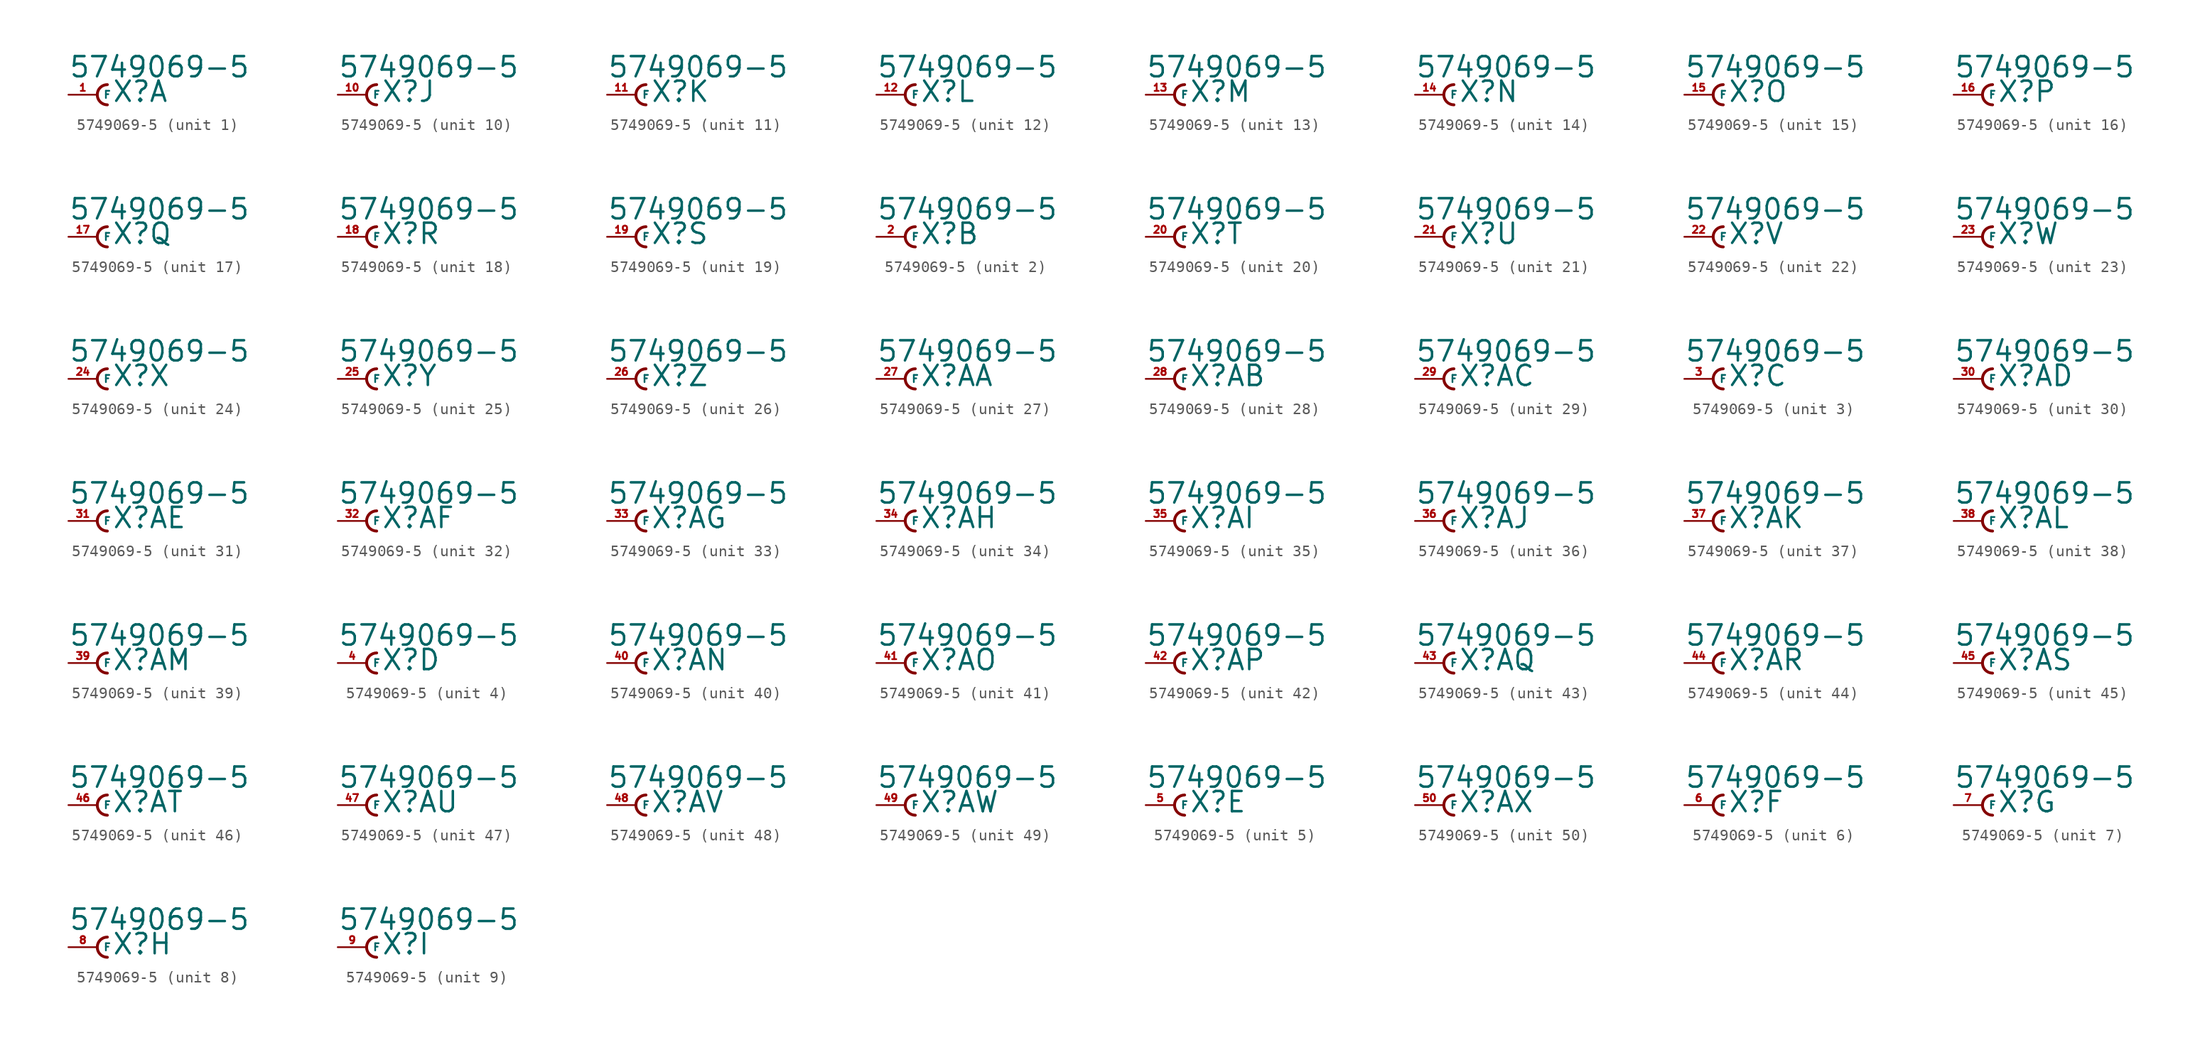
<source format=kicad_sym>
(kicad_symbol_lib
  (version 20220914)
  (generator Eagle2Kicad)
  (symbol "5749069-5"
    (property "Reference" "X"
      (at 1.27 -0.762 0)
      (effects (font (size 1.778 1.778) (thickness 0.22)) (justify left bottom)))
    (property "Value" "5749069-5"
      (at -2.54 1.397 0)
      (effects (font (size 1.778 1.778) (thickness 0.22)) (justify left bottom)))
    (symbol "5749069-5_1_0"
      (arc (start 0.889 0.889) (mid 0.000 0.000) (end 0.889 -0.889) (stroke (width 0.254) (type default)) (fill (type none)))
      (pin passive line (at -2.54 0 0) (length 2.54) (name "F" (effects (font (size 0.635 0.635) (thickness 0.08)) (justify left bottom))) (number "1" (effects (font (size 0.635 0.635) (thickness 0.08)) (justify left bottom)))))
    (symbol "5749069-5_2_0"
      (arc (start 0.889 0.889) (mid 0.000 0.000) (end 0.889 -0.889) (stroke (width 0.254) (type default)) (fill (type none)))
      (pin passive line (at -2.54 0 0) (length 2.54) (name "F" (effects (font (size 0.635 0.635) (thickness 0.08)) (justify left bottom))) (number "2" (effects (font (size 0.635 0.635) (thickness 0.08)) (justify left bottom)))))
    (symbol "5749069-5_3_0"
      (arc (start 0.889 0.889) (mid 0.000 0.000) (end 0.889 -0.889) (stroke (width 0.254) (type default)) (fill (type none)))
      (pin passive line (at -2.54 0 0) (length 2.54) (name "F" (effects (font (size 0.635 0.635) (thickness 0.08)) (justify left bottom))) (number "3" (effects (font (size 0.635 0.635) (thickness 0.08)) (justify left bottom)))))
    (symbol "5749069-5_4_0"
      (arc (start 0.889 0.889) (mid 0.000 0.000) (end 0.889 -0.889) (stroke (width 0.254) (type default)) (fill (type none)))
      (pin passive line (at -2.54 0 0) (length 2.54) (name "F" (effects (font (size 0.635 0.635) (thickness 0.08)) (justify left bottom))) (number "4" (effects (font (size 0.635 0.635) (thickness 0.08)) (justify left bottom)))))
    (symbol "5749069-5_5_0"
      (arc (start 0.889 0.889) (mid 0.000 0.000) (end 0.889 -0.889) (stroke (width 0.254) (type default)) (fill (type none)))
      (pin passive line (at -2.54 0 0) (length 2.54) (name "F" (effects (font (size 0.635 0.635) (thickness 0.08)) (justify left bottom))) (number "5" (effects (font (size 0.635 0.635) (thickness 0.08)) (justify left bottom)))))
    (symbol "5749069-5_6_0"
      (arc (start 0.889 0.889) (mid 0.000 0.000) (end 0.889 -0.889) (stroke (width 0.254) (type default)) (fill (type none)))
      (pin passive line (at -2.54 0 0) (length 2.54) (name "F" (effects (font (size 0.635 0.635) (thickness 0.08)) (justify left bottom))) (number "6" (effects (font (size 0.635 0.635) (thickness 0.08)) (justify left bottom)))))
    (symbol "5749069-5_7_0"
      (arc (start 0.889 0.889) (mid 0.000 0.000) (end 0.889 -0.889) (stroke (width 0.254) (type default)) (fill (type none)))
      (pin passive line (at -2.54 0 0) (length 2.54) (name "F" (effects (font (size 0.635 0.635) (thickness 0.08)) (justify left bottom))) (number "7" (effects (font (size 0.635 0.635) (thickness 0.08)) (justify left bottom)))))
    (symbol "5749069-5_8_0"
      (arc (start 0.889 0.889) (mid 0.000 0.000) (end 0.889 -0.889) (stroke (width 0.254) (type default)) (fill (type none)))
      (pin passive line (at -2.54 0 0) (length 2.54) (name "F" (effects (font (size 0.635 0.635) (thickness 0.08)) (justify left bottom))) (number "8" (effects (font (size 0.635 0.635) (thickness 0.08)) (justify left bottom)))))
    (symbol "5749069-5_9_0"
      (arc (start 0.889 0.889) (mid 0.000 0.000) (end 0.889 -0.889) (stroke (width 0.254) (type default)) (fill (type none)))
      (pin passive line (at -2.54 0 0) (length 2.54) (name "F" (effects (font (size 0.635 0.635) (thickness 0.08)) (justify left bottom))) (number "9" (effects (font (size 0.635 0.635) (thickness 0.08)) (justify left bottom)))))
    (symbol "5749069-5_10_0"
      (arc (start 0.889 0.889) (mid 0.000 0.000) (end 0.889 -0.889) (stroke (width 0.254) (type default)) (fill (type none)))
      (pin passive line (at -2.54 0 0) (length 2.54) (name "F" (effects (font (size 0.635 0.635) (thickness 0.08)) (justify left bottom))) (number "10" (effects (font (size 0.635 0.635) (thickness 0.08)) (justify left bottom)))))
    (symbol "5749069-5_11_0"
      (arc (start 0.889 0.889) (mid 0.000 0.000) (end 0.889 -0.889) (stroke (width 0.254) (type default)) (fill (type none)))
      (pin passive line (at -2.54 0 0) (length 2.54) (name "F" (effects (font (size 0.635 0.635) (thickness 0.08)) (justify left bottom))) (number "11" (effects (font (size 0.635 0.635) (thickness 0.08)) (justify left bottom)))))
    (symbol "5749069-5_12_0"
      (arc (start 0.889 0.889) (mid 0.000 0.000) (end 0.889 -0.889) (stroke (width 0.254) (type default)) (fill (type none)))
      (pin passive line (at -2.54 0 0) (length 2.54) (name "F" (effects (font (size 0.635 0.635) (thickness 0.08)) (justify left bottom))) (number "12" (effects (font (size 0.635 0.635) (thickness 0.08)) (justify left bottom)))))
    (symbol "5749069-5_13_0"
      (arc (start 0.889 0.889) (mid 0.000 0.000) (end 0.889 -0.889) (stroke (width 0.254) (type default)) (fill (type none)))
      (pin passive line (at -2.54 0 0) (length 2.54) (name "F" (effects (font (size 0.635 0.635) (thickness 0.08)) (justify left bottom))) (number "13" (effects (font (size 0.635 0.635) (thickness 0.08)) (justify left bottom)))))
    (symbol "5749069-5_14_0"
      (arc (start 0.889 0.889) (mid 0.000 0.000) (end 0.889 -0.889) (stroke (width 0.254) (type default)) (fill (type none)))
      (pin passive line (at -2.54 0 0) (length 2.54) (name "F" (effects (font (size 0.635 0.635) (thickness 0.08)) (justify left bottom))) (number "14" (effects (font (size 0.635 0.635) (thickness 0.08)) (justify left bottom)))))
    (symbol "5749069-5_15_0"
      (arc (start 0.889 0.889) (mid 0.000 0.000) (end 0.889 -0.889) (stroke (width 0.254) (type default)) (fill (type none)))
      (pin passive line (at -2.54 0 0) (length 2.54) (name "F" (effects (font (size 0.635 0.635) (thickness 0.08)) (justify left bottom))) (number "15" (effects (font (size 0.635 0.635) (thickness 0.08)) (justify left bottom)))))
    (symbol "5749069-5_16_0"
      (arc (start 0.889 0.889) (mid 0.000 0.000) (end 0.889 -0.889) (stroke (width 0.254) (type default)) (fill (type none)))
      (pin passive line (at -2.54 0 0) (length 2.54) (name "F" (effects (font (size 0.635 0.635) (thickness 0.08)) (justify left bottom))) (number "16" (effects (font (size 0.635 0.635) (thickness 0.08)) (justify left bottom)))))
    (symbol "5749069-5_17_0"
      (arc (start 0.889 0.889) (mid 0.000 0.000) (end 0.889 -0.889) (stroke (width 0.254) (type default)) (fill (type none)))
      (pin passive line (at -2.54 0 0) (length 2.54) (name "F" (effects (font (size 0.635 0.635) (thickness 0.08)) (justify left bottom))) (number "17" (effects (font (size 0.635 0.635) (thickness 0.08)) (justify left bottom)))))
    (symbol "5749069-5_18_0"
      (arc (start 0.889 0.889) (mid 0.000 0.000) (end 0.889 -0.889) (stroke (width 0.254) (type default)) (fill (type none)))
      (pin passive line (at -2.54 0 0) (length 2.54) (name "F" (effects (font (size 0.635 0.635) (thickness 0.08)) (justify left bottom))) (number "18" (effects (font (size 0.635 0.635) (thickness 0.08)) (justify left bottom)))))
    (symbol "5749069-5_19_0"
      (arc (start 0.889 0.889) (mid 0.000 0.000) (end 0.889 -0.889) (stroke (width 0.254) (type default)) (fill (type none)))
      (pin passive line (at -2.54 0 0) (length 2.54) (name "F" (effects (font (size 0.635 0.635) (thickness 0.08)) (justify left bottom))) (number "19" (effects (font (size 0.635 0.635) (thickness 0.08)) (justify left bottom)))))
    (symbol "5749069-5_20_0"
      (arc (start 0.889 0.889) (mid 0.000 0.000) (end 0.889 -0.889) (stroke (width 0.254) (type default)) (fill (type none)))
      (pin passive line (at -2.54 0 0) (length 2.54) (name "F" (effects (font (size 0.635 0.635) (thickness 0.08)) (justify left bottom))) (number "20" (effects (font (size 0.635 0.635) (thickness 0.08)) (justify left bottom)))))
    (symbol "5749069-5_21_0"
      (arc (start 0.889 0.889) (mid 0.000 0.000) (end 0.889 -0.889) (stroke (width 0.254) (type default)) (fill (type none)))
      (pin passive line (at -2.54 0 0) (length 2.54) (name "F" (effects (font (size 0.635 0.635) (thickness 0.08)) (justify left bottom))) (number "21" (effects (font (size 0.635 0.635) (thickness 0.08)) (justify left bottom)))))
    (symbol "5749069-5_22_0"
      (arc (start 0.889 0.889) (mid 0.000 0.000) (end 0.889 -0.889) (stroke (width 0.254) (type default)) (fill (type none)))
      (pin passive line (at -2.54 0 0) (length 2.54) (name "F" (effects (font (size 0.635 0.635) (thickness 0.08)) (justify left bottom))) (number "22" (effects (font (size 0.635 0.635) (thickness 0.08)) (justify left bottom)))))
    (symbol "5749069-5_23_0"
      (arc (start 0.889 0.889) (mid 0.000 0.000) (end 0.889 -0.889) (stroke (width 0.254) (type default)) (fill (type none)))
      (pin passive line (at -2.54 0 0) (length 2.54) (name "F" (effects (font (size 0.635 0.635) (thickness 0.08)) (justify left bottom))) (number "23" (effects (font (size 0.635 0.635) (thickness 0.08)) (justify left bottom)))))
    (symbol "5749069-5_24_0"
      (arc (start 0.889 0.889) (mid 0.000 0.000) (end 0.889 -0.889) (stroke (width 0.254) (type default)) (fill (type none)))
      (pin passive line (at -2.54 0 0) (length 2.54) (name "F" (effects (font (size 0.635 0.635) (thickness 0.08)) (justify left bottom))) (number "24" (effects (font (size 0.635 0.635) (thickness 0.08)) (justify left bottom)))))
    (symbol "5749069-5_25_0"
      (arc (start 0.889 0.889) (mid 0.000 0.000) (end 0.889 -0.889) (stroke (width 0.254) (type default)) (fill (type none)))
      (pin passive line (at -2.54 0 0) (length 2.54) (name "F" (effects (font (size 0.635 0.635) (thickness 0.08)) (justify left bottom))) (number "25" (effects (font (size 0.635 0.635) (thickness 0.08)) (justify left bottom)))))
    (symbol "5749069-5_26_0"
      (arc (start 0.889 0.889) (mid 0.000 0.000) (end 0.889 -0.889) (stroke (width 0.254) (type default)) (fill (type none)))
      (pin passive line (at -2.54 0 0) (length 2.54) (name "F" (effects (font (size 0.635 0.635) (thickness 0.08)) (justify left bottom))) (number "26" (effects (font (size 0.635 0.635) (thickness 0.08)) (justify left bottom)))))
    (symbol "5749069-5_27_0"
      (arc (start 0.889 0.889) (mid 0.000 0.000) (end 0.889 -0.889) (stroke (width 0.254) (type default)) (fill (type none)))
      (pin passive line (at -2.54 0 0) (length 2.54) (name "F" (effects (font (size 0.635 0.635) (thickness 0.08)) (justify left bottom))) (number "27" (effects (font (size 0.635 0.635) (thickness 0.08)) (justify left bottom)))))
    (symbol "5749069-5_28_0"
      (arc (start 0.889 0.889) (mid 0.000 0.000) (end 0.889 -0.889) (stroke (width 0.254) (type default)) (fill (type none)))
      (pin passive line (at -2.54 0 0) (length 2.54) (name "F" (effects (font (size 0.635 0.635) (thickness 0.08)) (justify left bottom))) (number "28" (effects (font (size 0.635 0.635) (thickness 0.08)) (justify left bottom)))))
    (symbol "5749069-5_29_0"
      (arc (start 0.889 0.889) (mid 0.000 0.000) (end 0.889 -0.889) (stroke (width 0.254) (type default)) (fill (type none)))
      (pin passive line (at -2.54 0 0) (length 2.54) (name "F" (effects (font (size 0.635 0.635) (thickness 0.08)) (justify left bottom))) (number "29" (effects (font (size 0.635 0.635) (thickness 0.08)) (justify left bottom)))))
    (symbol "5749069-5_30_0"
      (arc (start 0.889 0.889) (mid 0.000 0.000) (end 0.889 -0.889) (stroke (width 0.254) (type default)) (fill (type none)))
      (pin passive line (at -2.54 0 0) (length 2.54) (name "F" (effects (font (size 0.635 0.635) (thickness 0.08)) (justify left bottom))) (number "30" (effects (font (size 0.635 0.635) (thickness 0.08)) (justify left bottom)))))
    (symbol "5749069-5_31_0"
      (arc (start 0.889 0.889) (mid 0.000 0.000) (end 0.889 -0.889) (stroke (width 0.254) (type default)) (fill (type none)))
      (pin passive line (at -2.54 0 0) (length 2.54) (name "F" (effects (font (size 0.635 0.635) (thickness 0.08)) (justify left bottom))) (number "31" (effects (font (size 0.635 0.635) (thickness 0.08)) (justify left bottom)))))
    (symbol "5749069-5_32_0"
      (arc (start 0.889 0.889) (mid 0.000 0.000) (end 0.889 -0.889) (stroke (width 0.254) (type default)) (fill (type none)))
      (pin passive line (at -2.54 0 0) (length 2.54) (name "F" (effects (font (size 0.635 0.635) (thickness 0.08)) (justify left bottom))) (number "32" (effects (font (size 0.635 0.635) (thickness 0.08)) (justify left bottom)))))
    (symbol "5749069-5_33_0"
      (arc (start 0.889 0.889) (mid 0.000 0.000) (end 0.889 -0.889) (stroke (width 0.254) (type default)) (fill (type none)))
      (pin passive line (at -2.54 0 0) (length 2.54) (name "F" (effects (font (size 0.635 0.635) (thickness 0.08)) (justify left bottom))) (number "33" (effects (font (size 0.635 0.635) (thickness 0.08)) (justify left bottom)))))
    (symbol "5749069-5_34_0"
      (arc (start 0.889 0.889) (mid 0.000 0.000) (end 0.889 -0.889) (stroke (width 0.254) (type default)) (fill (type none)))
      (pin passive line (at -2.54 0 0) (length 2.54) (name "F" (effects (font (size 0.635 0.635) (thickness 0.08)) (justify left bottom))) (number "34" (effects (font (size 0.635 0.635) (thickness 0.08)) (justify left bottom)))))
    (symbol "5749069-5_35_0"
      (arc (start 0.889 0.889) (mid 0.000 0.000) (end 0.889 -0.889) (stroke (width 0.254) (type default)) (fill (type none)))
      (pin passive line (at -2.54 0 0) (length 2.54) (name "F" (effects (font (size 0.635 0.635) (thickness 0.08)) (justify left bottom))) (number "35" (effects (font (size 0.635 0.635) (thickness 0.08)) (justify left bottom)))))
    (symbol "5749069-5_36_0"
      (arc (start 0.889 0.889) (mid 0.000 0.000) (end 0.889 -0.889) (stroke (width 0.254) (type default)) (fill (type none)))
      (pin passive line (at -2.54 0 0) (length 2.54) (name "F" (effects (font (size 0.635 0.635) (thickness 0.08)) (justify left bottom))) (number "36" (effects (font (size 0.635 0.635) (thickness 0.08)) (justify left bottom)))))
    (symbol "5749069-5_37_0"
      (arc (start 0.889 0.889) (mid 0.000 0.000) (end 0.889 -0.889) (stroke (width 0.254) (type default)) (fill (type none)))
      (pin passive line (at -2.54 0 0) (length 2.54) (name "F" (effects (font (size 0.635 0.635) (thickness 0.08)) (justify left bottom))) (number "37" (effects (font (size 0.635 0.635) (thickness 0.08)) (justify left bottom)))))
    (symbol "5749069-5_38_0"
      (arc (start 0.889 0.889) (mid 0.000 0.000) (end 0.889 -0.889) (stroke (width 0.254) (type default)) (fill (type none)))
      (pin passive line (at -2.54 0 0) (length 2.54) (name "F" (effects (font (size 0.635 0.635) (thickness 0.08)) (justify left bottom))) (number "38" (effects (font (size 0.635 0.635) (thickness 0.08)) (justify left bottom)))))
    (symbol "5749069-5_39_0"
      (arc (start 0.889 0.889) (mid 0.000 0.000) (end 0.889 -0.889) (stroke (width 0.254) (type default)) (fill (type none)))
      (pin passive line (at -2.54 0 0) (length 2.54) (name "F" (effects (font (size 0.635 0.635) (thickness 0.08)) (justify left bottom))) (number "39" (effects (font (size 0.635 0.635) (thickness 0.08)) (justify left bottom)))))
    (symbol "5749069-5_40_0"
      (arc (start 0.889 0.889) (mid 0.000 0.000) (end 0.889 -0.889) (stroke (width 0.254) (type default)) (fill (type none)))
      (pin passive line (at -2.54 0 0) (length 2.54) (name "F" (effects (font (size 0.635 0.635) (thickness 0.08)) (justify left bottom))) (number "40" (effects (font (size 0.635 0.635) (thickness 0.08)) (justify left bottom)))))
    (symbol "5749069-5_41_0"
      (arc (start 0.889 0.889) (mid 0.000 0.000) (end 0.889 -0.889) (stroke (width 0.254) (type default)) (fill (type none)))
      (pin passive line (at -2.54 0 0) (length 2.54) (name "F" (effects (font (size 0.635 0.635) (thickness 0.08)) (justify left bottom))) (number "41" (effects (font (size 0.635 0.635) (thickness 0.08)) (justify left bottom)))))
    (symbol "5749069-5_42_0"
      (arc (start 0.889 0.889) (mid 0.000 0.000) (end 0.889 -0.889) (stroke (width 0.254) (type default)) (fill (type none)))
      (pin passive line (at -2.54 0 0) (length 2.54) (name "F" (effects (font (size 0.635 0.635) (thickness 0.08)) (justify left bottom))) (number "42" (effects (font (size 0.635 0.635) (thickness 0.08)) (justify left bottom)))))
    (symbol "5749069-5_43_0"
      (arc (start 0.889 0.889) (mid 0.000 0.000) (end 0.889 -0.889) (stroke (width 0.254) (type default)) (fill (type none)))
      (pin passive line (at -2.54 0 0) (length 2.54) (name "F" (effects (font (size 0.635 0.635) (thickness 0.08)) (justify left bottom))) (number "43" (effects (font (size 0.635 0.635) (thickness 0.08)) (justify left bottom)))))
    (symbol "5749069-5_44_0"
      (arc (start 0.889 0.889) (mid 0.000 0.000) (end 0.889 -0.889) (stroke (width 0.254) (type default)) (fill (type none)))
      (pin passive line (at -2.54 0 0) (length 2.54) (name "F" (effects (font (size 0.635 0.635) (thickness 0.08)) (justify left bottom))) (number "44" (effects (font (size 0.635 0.635) (thickness 0.08)) (justify left bottom)))))
    (symbol "5749069-5_45_0"
      (arc (start 0.889 0.889) (mid 0.000 0.000) (end 0.889 -0.889) (stroke (width 0.254) (type default)) (fill (type none)))
      (pin passive line (at -2.54 0 0) (length 2.54) (name "F" (effects (font (size 0.635 0.635) (thickness 0.08)) (justify left bottom))) (number "45" (effects (font (size 0.635 0.635) (thickness 0.08)) (justify left bottom)))))
    (symbol "5749069-5_46_0"
      (arc (start 0.889 0.889) (mid 0.000 0.000) (end 0.889 -0.889) (stroke (width 0.254) (type default)) (fill (type none)))
      (pin passive line (at -2.54 0 0) (length 2.54) (name "F" (effects (font (size 0.635 0.635) (thickness 0.08)) (justify left bottom))) (number "46" (effects (font (size 0.635 0.635) (thickness 0.08)) (justify left bottom)))))
    (symbol "5749069-5_47_0"
      (arc (start 0.889 0.889) (mid 0.000 0.000) (end 0.889 -0.889) (stroke (width 0.254) (type default)) (fill (type none)))
      (pin passive line (at -2.54 0 0) (length 2.54) (name "F" (effects (font (size 0.635 0.635) (thickness 0.08)) (justify left bottom))) (number "47" (effects (font (size 0.635 0.635) (thickness 0.08)) (justify left bottom)))))
    (symbol "5749069-5_48_0"
      (arc (start 0.889 0.889) (mid 0.000 0.000) (end 0.889 -0.889) (stroke (width 0.254) (type default)) (fill (type none)))
      (pin passive line (at -2.54 0 0) (length 2.54) (name "F" (effects (font (size 0.635 0.635) (thickness 0.08)) (justify left bottom))) (number "48" (effects (font (size 0.635 0.635) (thickness 0.08)) (justify left bottom)))))
    (symbol "5749069-5_49_0"
      (arc (start 0.889 0.889) (mid 0.000 0.000) (end 0.889 -0.889) (stroke (width 0.254) (type default)) (fill (type none)))
      (pin passive line (at -2.54 0 0) (length 2.54) (name "F" (effects (font (size 0.635 0.635) (thickness 0.08)) (justify left bottom))) (number "49" (effects (font (size 0.635 0.635) (thickness 0.08)) (justify left bottom)))))
    (symbol "5749069-5_50_0"
      (arc (start 0.889 0.889) (mid 0.000 0.000) (end 0.889 -0.889) (stroke (width 0.254) (type default)) (fill (type none)))
      (pin passive line (at -2.54 0 0) (length 2.54) (name "F" (effects (font (size 0.635 0.635) (thickness 0.08)) (justify left bottom))) (number "50" (effects (font (size 0.635 0.635) (thickness 0.08)) (justify left bottom)))))))
</source>
